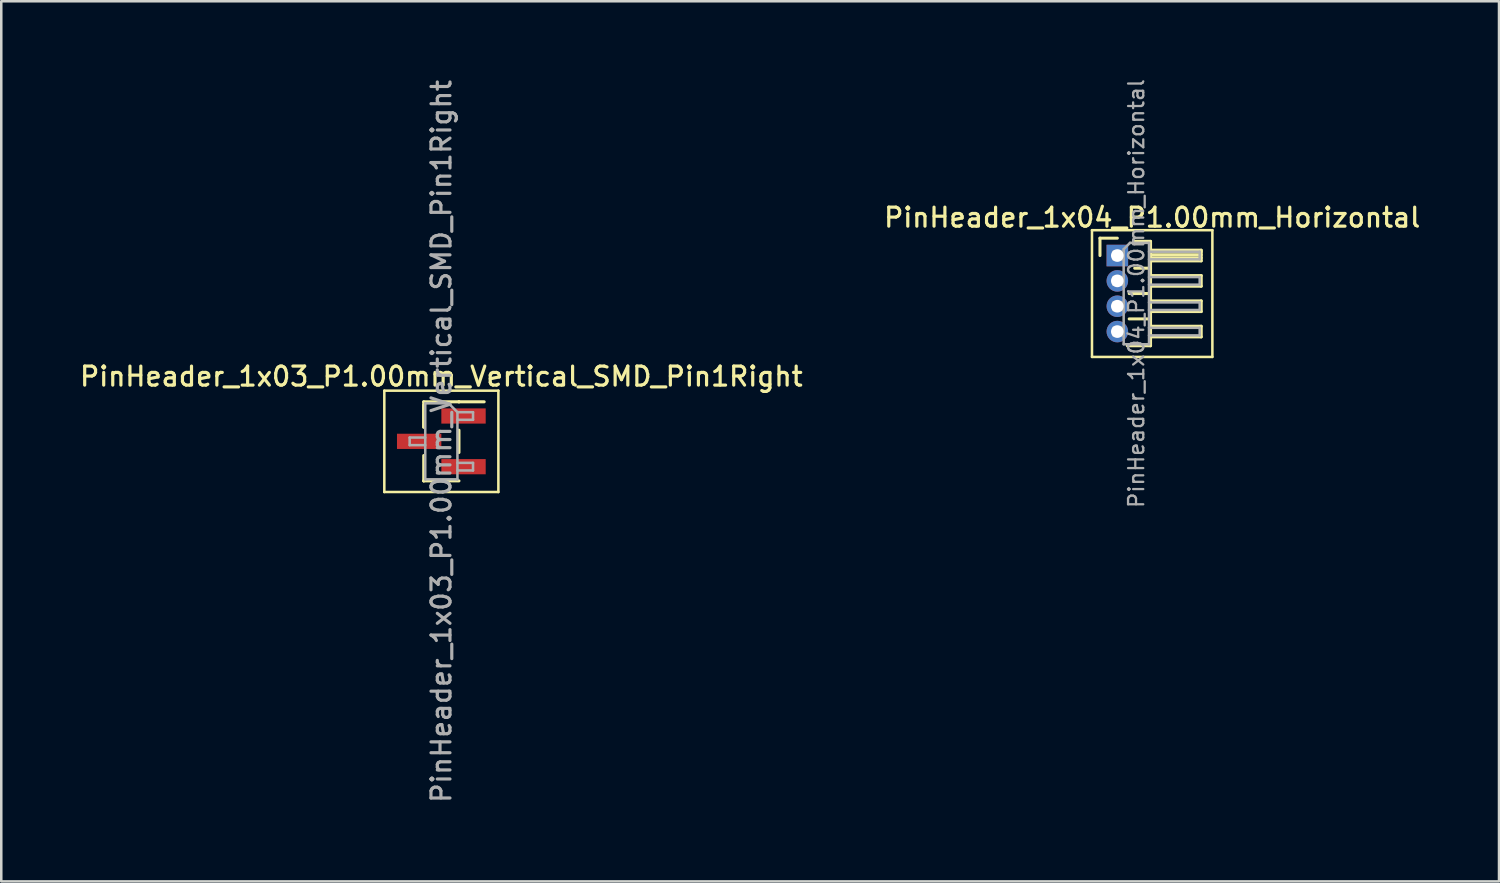
<source format=kicad_pcb>
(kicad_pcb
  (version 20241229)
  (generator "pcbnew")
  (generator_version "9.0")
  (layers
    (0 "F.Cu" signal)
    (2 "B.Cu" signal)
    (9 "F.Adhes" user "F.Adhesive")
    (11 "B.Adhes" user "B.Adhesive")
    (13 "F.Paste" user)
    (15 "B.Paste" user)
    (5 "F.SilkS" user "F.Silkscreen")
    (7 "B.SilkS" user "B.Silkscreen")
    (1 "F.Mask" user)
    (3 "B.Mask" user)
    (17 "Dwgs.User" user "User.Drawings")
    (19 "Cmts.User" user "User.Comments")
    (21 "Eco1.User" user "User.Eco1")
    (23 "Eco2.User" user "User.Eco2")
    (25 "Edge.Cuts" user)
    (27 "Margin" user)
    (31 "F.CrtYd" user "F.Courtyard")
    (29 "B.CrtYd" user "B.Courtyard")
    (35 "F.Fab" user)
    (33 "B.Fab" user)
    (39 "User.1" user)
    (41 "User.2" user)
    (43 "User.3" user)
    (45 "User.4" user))
  (footprint "PinHeader_1x03_P1.00mm_Vertical_SMD_Pin1Right"
    (layer "F.Cu")
    (at 14.363 14.363)
    (property "Reference" "PinHeader_1x03_P1.00mm_Vertical_SMD_Pin1Right" (at 0 -2.56 0) (layer "F.SilkS") (effects (font (size 0.75 0.75) (thickness 0.125))))
    (attr smd)
    (fp_line (start -2.25 -2) (end -2.25 2) (stroke (width 0.1) (type solid)) (layer "F.SilkS"))
    (fp_line (start -2.25 2) (end 2.25 2) (stroke (width 0.1) (type solid)) (layer "F.SilkS"))
    (fp_line (start -0.695 -1.56) (end -0.695 -0.56) (stroke (width 0.12) (type solid)) (layer "F.SilkS"))
    (fp_line (start -0.695 -1.56) (end 0.695 -1.56) (stroke (width 0.12) (type solid)) (layer "F.SilkS"))
    (fp_line (start -0.695 -1.44) (end -0.695 -0.56) (stroke (width 0.12) (type solid)) (layer "F.SilkS"))
    (fp_line (start -0.695 0.56) (end -0.695 1.56) (stroke (width 0.12) (type solid)) (layer "F.SilkS"))
    (fp_line (start -0.695 1.56) (end -0.695 1.56) (stroke (width 0.12) (type solid)) (layer "F.SilkS"))
    (fp_line (start -0.695 1.56) (end 0.695 1.56) (stroke (width 0.12) (type solid)) (layer "F.SilkS"))
    (fp_line (start 0.695 -1.56) (end 0.695 -1.56) (stroke (width 0.12) (type solid)) (layer "F.SilkS"))
    (fp_line (start 0.695 -1.56) (end 1.69 -1.56) (stroke (width 0.12) (type solid)) (layer "F.SilkS"))
    (fp_line (start 0.695 -0.44) (end 0.695 0.44) (stroke (width 0.12) (type solid)) (layer "F.SilkS"))
    (fp_line (start 2.25 -2) (end -2.25 -2) (stroke (width 0.1) (type solid)) (layer "F.SilkS"))
    (fp_line (start 2.25 2) (end 2.25 -2) (stroke (width 0.1) (type solid)) (layer "F.SilkS"))
    (fp_line (start -1.25 -0.15) (end -1.25 0.15) (stroke (width 0.1) (type solid)) (layer "F.Fab"))
    (fp_line (start -1.25 0.15) (end -0.635 0.15) (stroke (width 0.1) (type solid)) (layer "F.Fab"))
    (fp_line (start -0.635 -1.5) (end -0.635 1.5) (stroke (width 0.1) (type solid)) (layer "F.Fab"))
    (fp_line (start -0.635 -1.5) (end 0.285 -1.5) (stroke (width 0.1) (type solid)) (layer "F.Fab"))
    (fp_line (start -0.635 -0.15) (end -1.25 -0.15) (stroke (width 0.1) (type solid)) (layer "F.Fab"))
    (fp_line (start 0.635 -1.15) (end 0.285 -1.5) (stroke (width 0.1) (type solid)) (layer "F.Fab"))
    (fp_line (start 0.635 -1.15) (end 1.25 -1.15) (stroke (width 0.1) (type solid)) (layer "F.Fab"))
    (fp_line (start 0.635 0.85) (end 1.25 0.85) (stroke (width 0.1) (type solid)) (layer "F.Fab"))
    (fp_line (start 0.635 1.5) (end -0.635 1.5) (stroke (width 0.1) (type solid)) (layer "F.Fab"))
    (fp_line (start 0.635 1.5) (end 0.635 -1.15) (stroke (width 0.1) (type solid)) (layer "F.Fab"))
    (fp_line (start 1.25 -1.15) (end 1.25 -0.85) (stroke (width 0.1) (type solid)) (layer "F.Fab"))
    (fp_line (start 1.25 -0.85) (end 0.635 -0.85) (stroke (width 0.1) (type solid)) (layer "F.Fab"))
    (fp_line (start 1.25 0.85) (end 1.25 1.15) (stroke (width 0.1) (type solid)) (layer "F.Fab"))
    (fp_line (start 1.25 1.15) (end 0.635 1.15) (stroke (width 0.1) (type solid)) (layer "F.Fab"))
    (fp_text user "${REFERENCE}" (at 0 0 90) (layer "F.Fab") (effects (font (size 0.75 0.75) (thickness 0.125))))
    (pad "1" smd rect (at 0.875 -1) (size 1.75 0.6) (layers "F.Cu" "F.Mask" "F.Paste"))
    (pad "2" smd rect (at -0.875 0) (size 1.75 0.6) (layers "F.Cu" "F.Mask" "F.Paste"))
    (pad "3" smd rect (at 0.875 1) (size 1.75 0.6) (layers "F.Cu" "F.Mask" "F.Paste")))
  (footprint "PinHeader_1x04_P1.00mm_Horizontal"
    (layer "F.Cu")
    (at 41.034 7.032)
    (property "Reference" "PinHeader_1x04_P1.00mm_Horizontal" (at 1.375 -1.5 0) (layer "F.SilkS") (effects (font (size 0.75 0.75) (thickness 0.125))))
    (attr through_hole)
    (fp_line (start -1 -1) (end -1 4) (stroke (width 0.1) (type solid)) (layer "F.SilkS"))
    (fp_line (start -1 4) (end 3.75 4) (stroke (width 0.1) (type solid)) (layer "F.SilkS"))
    (fp_line (start -0.685 -0.685) (end 0 -0.685) (stroke (width 0.12) (type solid)) (layer "F.SilkS"))
    (fp_line (start -0.685 0) (end -0.685 -0.685) (stroke (width 0.12) (type solid)) (layer "F.SilkS"))
    (fp_line (start 0.468 1.5) (end 1.31 1.5) (stroke (width 0.12) (type solid)) (layer "F.SilkS"))
    (fp_line (start 0.468 2.5) (end 1.31 2.5) (stroke (width 0.12) (type solid)) (layer "F.SilkS"))
    (fp_line (start 0.685 -0.56) (end 1.31 -0.56) (stroke (width 0.12) (type solid)) (layer "F.SilkS"))
    (fp_line (start 0.685 0.5) (end 1.31 0.5) (stroke (width 0.12) (type solid)) (layer "F.SilkS"))
    (fp_line (start 1.31 -0.56) (end 1.31 3.56) (stroke (width 0.12) (type solid)) (layer "F.SilkS"))
    (fp_line (start 1.31 -0.21) (end 3.31 -0.21) (stroke (width 0.12) (type solid)) (layer "F.SilkS"))
    (fp_line (start 1.31 -0.15) (end 3.31 -0.15) (stroke (width 0.12) (type solid)) (layer "F.SilkS"))
    (fp_line (start 1.31 -0.03) (end 3.31 -0.03) (stroke (width 0.12) (type solid)) (layer "F.SilkS"))
    (fp_line (start 1.31 0.09) (end 3.31 0.09) (stroke (width 0.12) (type solid)) (layer "F.SilkS"))
    (fp_line (start 1.31 0.79) (end 3.31 0.79) (stroke (width 0.12) (type solid)) (layer "F.SilkS"))
    (fp_line (start 1.31 1.79) (end 3.31 1.79) (stroke (width 0.12) (type solid)) (layer "F.SilkS"))
    (fp_line (start 1.31 2.79) (end 3.31 2.79) (stroke (width 0.12) (type solid)) (layer "F.SilkS"))
    (fp_line (start 1.31 3.56) (end 0.394 3.56) (stroke (width 0.12) (type solid)) (layer "F.SilkS"))
    (fp_line (start 3.31 -0.21) (end 3.31 0.21) (stroke (width 0.12) (type solid)) (layer "F.SilkS"))
    (fp_line (start 3.31 0.21) (end 1.31 0.21) (stroke (width 0.12) (type solid)) (layer "F.SilkS"))
    (fp_line (start 3.31 0.79) (end 3.31 1.21) (stroke (width 0.12) (type solid)) (layer "F.SilkS"))
    (fp_line (start 3.31 1.21) (end 1.31 1.21) (stroke (width 0.12) (type solid)) (layer "F.SilkS"))
    (fp_line (start 3.31 1.79) (end 3.31 2.21) (stroke (width 0.12) (type solid)) (layer "F.SilkS"))
    (fp_line (start 3.31 2.21) (end 1.31 2.21) (stroke (width 0.12) (type solid)) (layer "F.SilkS"))
    (fp_line (start 3.31 2.79) (end 3.31 3.21) (stroke (width 0.12) (type solid)) (layer "F.SilkS"))
    (fp_line (start 3.31 3.21) (end 1.31 3.21) (stroke (width 0.12) (type solid)) (layer "F.SilkS"))
    (fp_line (start 3.75 -1) (end -1 -1) (stroke (width 0.1) (type solid)) (layer "F.SilkS"))
    (fp_line (start 3.75 4) (end 3.75 -1) (stroke (width 0.1) (type solid)) (layer "F.SilkS"))
    (fp_line (start -0.15 -0.15) (end -0.15 0.15) (stroke (width 0.1) (type solid)) (layer "F.Fab"))
    (fp_line (start -0.15 -0.15) (end 0.25 -0.15) (stroke (width 0.1) (type solid)) (layer "F.Fab"))
    (fp_line (start -0.15 0.15) (end 0.25 0.15) (stroke (width 0.1) (type solid)) (layer "F.Fab"))
    (fp_line (start -0.15 0.85) (end -0.15 1.15) (stroke (width 0.1) (type solid)) (layer "F.Fab"))
    (fp_line (start -0.15 0.85) (end 0.25 0.85) (stroke (width 0.1) (type solid)) (layer "F.Fab"))
    (fp_line (start -0.15 1.15) (end 0.25 1.15) (stroke (width 0.1) (type solid)) (layer "F.Fab"))
    (fp_line (start -0.15 1.85) (end -0.15 2.15) (stroke (width 0.1) (type solid)) (layer "F.Fab"))
    (fp_line (start -0.15 1.85) (end 0.25 1.85) (stroke (width 0.1) (type solid)) (layer "F.Fab"))
    (fp_line (start -0.15 2.15) (end 0.25 2.15) (stroke (width 0.1) (type solid)) (layer "F.Fab"))
    (fp_line (start -0.15 2.85) (end -0.15 3.15) (stroke (width 0.1) (type solid)) (layer "F.Fab"))
    (fp_line (start -0.15 2.85) (end 0.25 2.85) (stroke (width 0.1) (type solid)) (layer "F.Fab"))
    (fp_line (start -0.15 3.15) (end 0.25 3.15) (stroke (width 0.1) (type solid)) (layer "F.Fab"))
    (fp_line (start 0.25 -0.25) (end 0.5 -0.5) (stroke (width 0.1) (type solid)) (layer "F.Fab"))
    (fp_line (start 0.25 3.5) (end 0.25 -0.25) (stroke (width 0.1) (type solid)) (layer "F.Fab"))
    (fp_line (start 0.5 -0.5) (end 1.25 -0.5) (stroke (width 0.1) (type solid)) (layer "F.Fab"))
    (fp_line (start 1.25 -0.5) (end 1.25 3.5) (stroke (width 0.1) (type solid)) (layer "F.Fab"))
    (fp_line (start 1.25 -0.15) (end 3.25 -0.15) (stroke (width 0.1) (type solid)) (layer "F.Fab"))
    (fp_line (start 1.25 0.15) (end 3.25 0.15) (stroke (width 0.1) (type solid)) (layer "F.Fab"))
    (fp_line (start 1.25 0.85) (end 3.25 0.85) (stroke (width 0.1) (type solid)) (layer "F.Fab"))
    (fp_line (start 1.25 1.15) (end 3.25 1.15) (stroke (width 0.1) (type solid)) (layer "F.Fab"))
    (fp_line (start 1.25 1.85) (end 3.25 1.85) (stroke (width 0.1) (type solid)) (layer "F.Fab"))
    (fp_line (start 1.25 2.15) (end 3.25 2.15) (stroke (width 0.1) (type solid)) (layer "F.Fab"))
    (fp_line (start 1.25 2.85) (end 3.25 2.85) (stroke (width 0.1) (type solid)) (layer "F.Fab"))
    (fp_line (start 1.25 3.15) (end 3.25 3.15) (stroke (width 0.1) (type solid)) (layer "F.Fab"))
    (fp_line (start 1.25 3.5) (end 0.25 3.5) (stroke (width 0.1) (type solid)) (layer "F.Fab"))
    (fp_line (start 3.25 -0.15) (end 3.25 0.15) (stroke (width 0.1) (type solid)) (layer "F.Fab"))
    (fp_line (start 3.25 0.85) (end 3.25 1.15) (stroke (width 0.1) (type solid)) (layer "F.Fab"))
    (fp_line (start 3.25 1.85) (end 3.25 2.15) (stroke (width 0.1) (type solid)) (layer "F.Fab"))
    (fp_line (start 3.25 2.85) (end 3.25 3.15) (stroke (width 0.1) (type solid)) (layer "F.Fab"))
    (fp_text user "${REFERENCE}" (at 0.75 1.5 90) (layer "F.Fab") (effects (font (size 0.6 0.6) (thickness 0.09))))
    (pad "1" thru_hole rect (at 0 0) (size 0.85 0.85) (drill 0.5) (layers "*.Cu" "*.Mask"))
    (pad "2" thru_hole oval (at 0 1) (size 0.85 0.85) (drill 0.5) (layers "*.Cu" "*.Mask"))
    (pad "3" thru_hole oval (at 0 2) (size 0.85 0.85) (drill 0.5) (layers "*.Cu" "*.Mask"))
    (pad "4" thru_hole oval (at 0 3) (size 0.85 0.85) (drill 0.5) (layers "*.Cu" "*.Mask")))
  (gr_rect
    (start -3 -3)
    (end 56.093 31.725)
    (stroke (width 0.1) (type default))
    (fill no)
    (layer "Edge.Cuts")))
</source>
